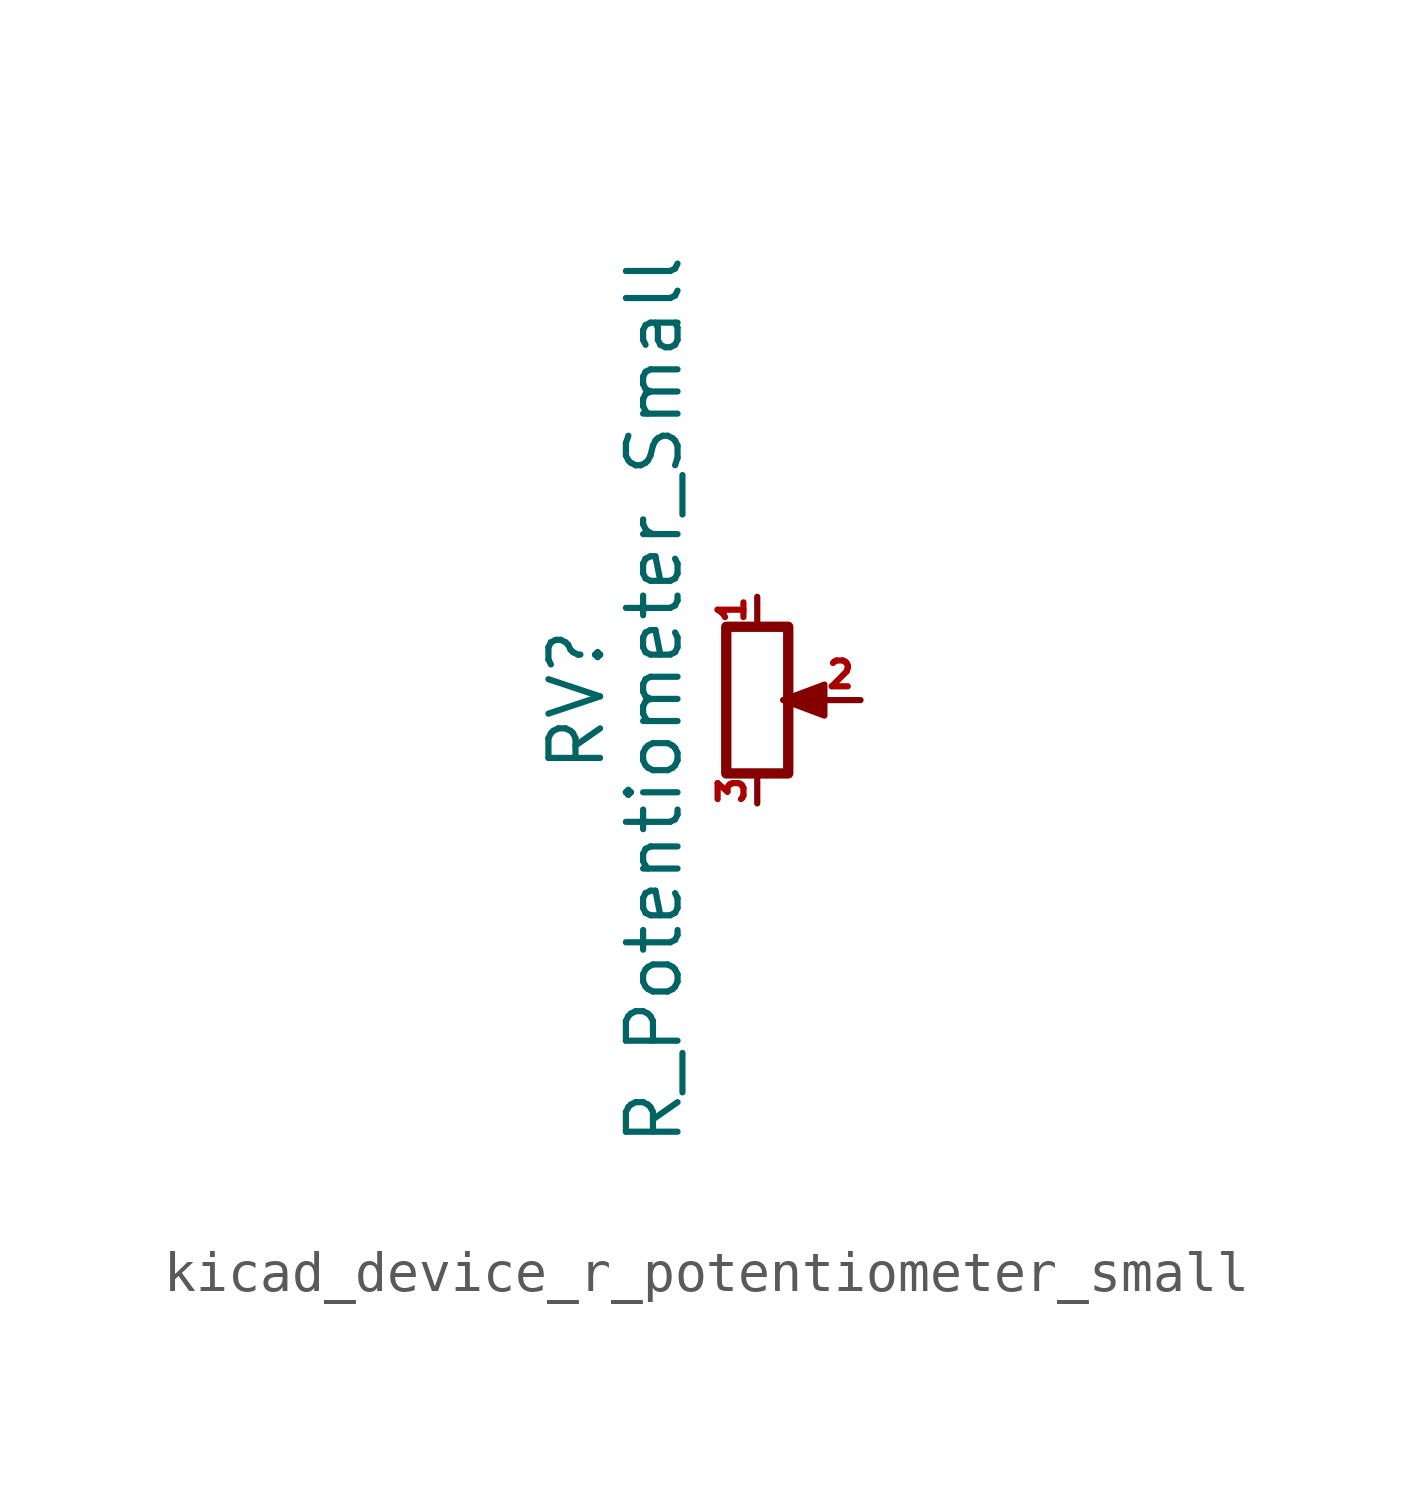
<source format=kicad_sym>
(kicad_symbol_lib
  (version 20220914)
  (generator kicad_symbol_editor)
  (symbol "kicad_device_r_potentiometer_small"
    (pin_names
      (offset 1.016) hide)
    (property "Reference" "RV"
      (at -4.445 0 90)
      (effects (font (size 1.27 1.27))))
    (property "Value" "R_Potentiometer_Small"
      (at -2.54 0 90)
      (effects (font (size 1.27 1.27))))
    (symbol "kicad_device_r_potentiometer_small_0_1"
      (polyline (pts (xy 0.889 0) (xy 0.635 0) (xy 1.651 0.381) (xy 1.651 -0.381) (xy 0.635 0) (xy 0.889 0)) (stroke (width 0) (type default)) (fill (type outline)))
      (rectangle (start 0.762 1.803) (end -0.762 -1.803) (stroke (width 0.254) (type default)) (fill (type none))))
    (symbol "kicad_device_r_potentiometer_small_1_1"
      (pin passive line (at 0 2.54 270) (length 0.635) (name "1" (effects (font (size 0.635 0.635)))) (number "1" (effects (font (size 0.635 0.635)))))
      (pin passive line (at 2.54 0 180) (length 0.991) (name "2" (effects (font (size 0.635 0.635)))) (number "2" (effects (font (size 0.635 0.635)))))
      (pin passive line (at 0 -2.54 90) (length 0.635) (name "3" (effects (font (size 0.635 0.635)))) (number "3" (effects (font (size 0.635 0.635))))))))
</source>
